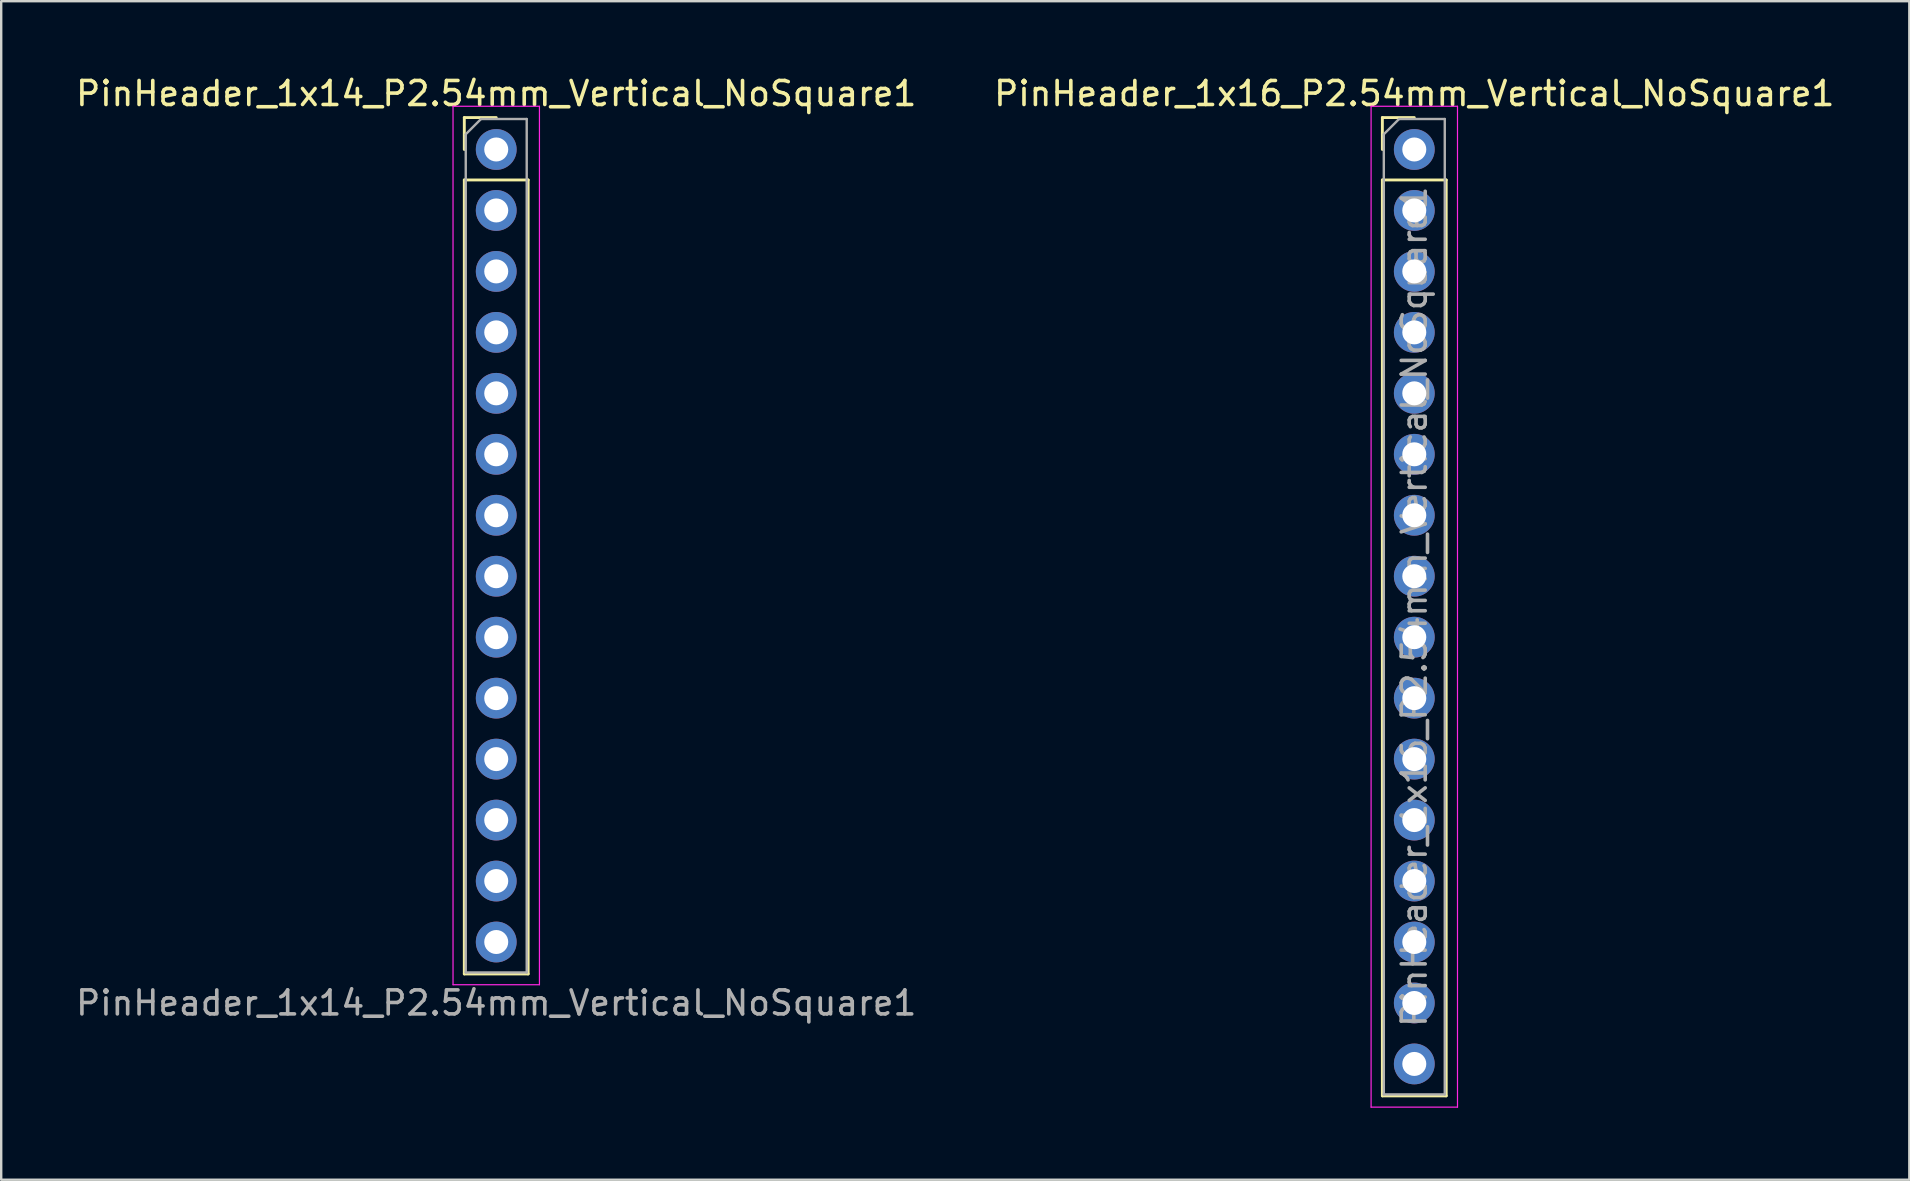
<source format=kicad_pcb>
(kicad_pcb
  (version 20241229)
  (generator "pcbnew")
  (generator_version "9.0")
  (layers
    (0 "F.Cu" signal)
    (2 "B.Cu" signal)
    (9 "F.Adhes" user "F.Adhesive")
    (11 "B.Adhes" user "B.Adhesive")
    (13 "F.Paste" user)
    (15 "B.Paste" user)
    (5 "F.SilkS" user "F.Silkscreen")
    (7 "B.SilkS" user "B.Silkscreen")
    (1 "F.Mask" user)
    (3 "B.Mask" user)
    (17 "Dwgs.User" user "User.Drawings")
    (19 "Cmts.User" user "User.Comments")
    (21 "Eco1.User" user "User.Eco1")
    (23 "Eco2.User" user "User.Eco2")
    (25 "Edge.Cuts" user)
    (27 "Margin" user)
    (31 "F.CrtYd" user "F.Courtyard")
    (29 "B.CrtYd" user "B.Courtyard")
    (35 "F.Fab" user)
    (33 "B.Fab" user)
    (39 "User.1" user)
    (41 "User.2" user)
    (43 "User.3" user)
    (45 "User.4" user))
  (footprint "PinHeader_1x14_P2.54mm_Vertical_NoSquare1"
    (layer "F.Cu")
    (at 17.625 3.178)
    (property "Reference" "PinHeader_1x14_P2.54mm_Vertical_NoSquare1" (at 0 -2.33 0) (layer "F.SilkS") (effects (font (size 1 1) (thickness 0.15))))
    (attr through_hole)
    (fp_line (start -1.33 -1.33) (end 0 -1.33) (stroke (width 0.12) (type solid)) (layer "F.SilkS"))
    (fp_line (start -1.33 0) (end -1.33 -1.33) (stroke (width 0.12) (type solid)) (layer "F.SilkS"))
    (fp_line (start -1.33 1.27) (end -1.33 34.35) (stroke (width 0.12) (type solid)) (layer "F.SilkS"))
    (fp_line (start -1.33 1.27) (end 1.33 1.27) (stroke (width 0.12) (type solid)) (layer "F.SilkS"))
    (fp_line (start -1.33 34.35) (end 1.33 34.35) (stroke (width 0.12) (type solid)) (layer "F.SilkS"))
    (fp_line (start 1.33 1.27) (end 1.33 34.35) (stroke (width 0.12) (type solid)) (layer "F.SilkS"))
    (fp_line (start -1.8 -1.8) (end -1.8 34.8) (stroke (width 0.05) (type solid)) (layer "F.CrtYd"))
    (fp_line (start -1.8 34.8) (end 1.8 34.8) (stroke (width 0.05) (type solid)) (layer "F.CrtYd"))
    (fp_line (start 1.8 -1.8) (end -1.8 -1.8) (stroke (width 0.05) (type solid)) (layer "F.CrtYd"))
    (fp_line (start 1.8 34.8) (end 1.8 -1.8) (stroke (width 0.05) (type solid)) (layer "F.CrtYd"))
    (fp_line (start -1.27 -0.635) (end -0.635 -1.27) (stroke (width 0.1) (type solid)) (layer "F.Fab"))
    (fp_line (start -1.27 34.29) (end -1.27 -0.635) (stroke (width 0.1) (type solid)) (layer "F.Fab"))
    (fp_line (start -0.635 -1.27) (end 1.27 -1.27) (stroke (width 0.1) (type solid)) (layer "F.Fab"))
    (fp_line (start 1.27 -1.27) (end 1.27 34.29) (stroke (width 0.1) (type solid)) (layer "F.Fab"))
    (fp_line (start 1.27 34.29) (end -1.27 34.29) (stroke (width 0.1) (type solid)) (layer "F.Fab"))
    (fp_text user "${REFERENCE}" (at 0 35.56 0) (layer "F.Fab") (effects (font (size 1 1) (thickness 0.15))))
    (pad "1" thru_hole oval (at 0 0) (size 1.7 1.7) (drill 1) (layers "*.Cu" "*.Mask"))
    (pad "2" thru_hole oval (at 0 2.54) (size 1.7 1.7) (drill 1) (layers "*.Cu" "*.Mask"))
    (pad "3" thru_hole oval (at 0 5.08) (size 1.7 1.7) (drill 1) (layers "*.Cu" "*.Mask"))
    (pad "4" thru_hole oval (at 0 7.62) (size 1.7 1.7) (drill 1) (layers "*.Cu" "*.Mask"))
    (pad "5" thru_hole oval (at 0 10.16) (size 1.7 1.7) (drill 1) (layers "*.Cu" "*.Mask"))
    (pad "6" thru_hole oval (at 0 12.7) (size 1.7 1.7) (drill 1) (layers "*.Cu" "*.Mask"))
    (pad "7" thru_hole oval (at 0 15.24) (size 1.7 1.7) (drill 1) (layers "*.Cu" "*.Mask"))
    (pad "8" thru_hole oval (at 0 17.78) (size 1.7 1.7) (drill 1) (layers "*.Cu" "*.Mask"))
    (pad "9" thru_hole oval (at 0 20.32) (size 1.7 1.7) (drill 1) (layers "*.Cu" "*.Mask"))
    (pad "10" thru_hole oval (at 0 22.86) (size 1.7 1.7) (drill 1) (layers "*.Cu" "*.Mask"))
    (pad "11" thru_hole oval (at 0 25.4) (size 1.7 1.7) (drill 1) (layers "*.Cu" "*.Mask"))
    (pad "12" thru_hole oval (at 0 27.94) (size 1.7 1.7) (drill 1) (layers "*.Cu" "*.Mask"))
    (pad "13" thru_hole oval (at 0 30.48) (size 1.7 1.7) (drill 1) (layers "*.Cu" "*.Mask"))
    (pad "14" thru_hole oval (at 0 33.02) (size 1.7 1.7) (drill 1) (layers "*.Cu" "*.Mask")))
  (footprint "PinHeader_1x16_P2.54mm_Vertical_NoSquare1"
    (layer "F.Cu")
    (at 55.875 3.178)
    (property "Reference" "PinHeader_1x16_P2.54mm_Vertical_NoSquare1" (at 0 -2.33 0) (layer "F.SilkS") (effects (font (size 1 1) (thickness 0.15))))
    (attr through_hole)
    (fp_line (start -1.33 -1.33) (end 0 -1.33) (stroke (width 0.12) (type solid)) (layer "F.SilkS"))
    (fp_line (start -1.33 0) (end -1.33 -1.33) (stroke (width 0.12) (type solid)) (layer "F.SilkS"))
    (fp_line (start -1.33 1.27) (end -1.33 39.43) (stroke (width 0.12) (type solid)) (layer "F.SilkS"))
    (fp_line (start -1.33 1.27) (end 1.33 1.27) (stroke (width 0.12) (type solid)) (layer "F.SilkS"))
    (fp_line (start -1.33 39.43) (end 1.33 39.43) (stroke (width 0.12) (type solid)) (layer "F.SilkS"))
    (fp_line (start 1.33 1.27) (end 1.33 39.43) (stroke (width 0.12) (type solid)) (layer "F.SilkS"))
    (fp_line (start -1.8 -1.8) (end -1.8 39.9) (stroke (width 0.05) (type solid)) (layer "F.CrtYd"))
    (fp_line (start -1.8 39.9) (end 1.8 39.9) (stroke (width 0.05) (type solid)) (layer "F.CrtYd"))
    (fp_line (start 1.8 -1.8) (end -1.8 -1.8) (stroke (width 0.05) (type solid)) (layer "F.CrtYd"))
    (fp_line (start 1.8 39.9) (end 1.8 -1.8) (stroke (width 0.05) (type solid)) (layer "F.CrtYd"))
    (fp_line (start -1.27 -0.635) (end -0.635 -1.27) (stroke (width 0.1) (type solid)) (layer "F.Fab"))
    (fp_line (start -1.27 39.37) (end -1.27 -0.635) (stroke (width 0.1) (type solid)) (layer "F.Fab"))
    (fp_line (start -0.635 -1.27) (end 1.27 -1.27) (stroke (width 0.1) (type solid)) (layer "F.Fab"))
    (fp_line (start 1.27 -1.27) (end 1.27 39.37) (stroke (width 0.1) (type solid)) (layer "F.Fab"))
    (fp_line (start 1.27 39.37) (end -1.27 39.37) (stroke (width 0.1) (type solid)) (layer "F.Fab"))
    (fp_text user "${REFERENCE}" (at 0 19.05 270) (layer "F.Fab") (effects (font (size 1 1) (thickness 0.15))))
    (pad "1" thru_hole oval (at 0 0) (size 1.7 1.7) (drill 1) (layers "*.Cu" "*.Mask"))
    (pad "2" thru_hole oval (at 0 2.54) (size 1.7 1.7) (drill 1) (layers "*.Cu" "*.Mask"))
    (pad "3" thru_hole oval (at 0 5.08) (size 1.7 1.7) (drill 1) (layers "*.Cu" "*.Mask"))
    (pad "4" thru_hole oval (at 0 7.62) (size 1.7 1.7) (drill 1) (layers "*.Cu" "*.Mask"))
    (pad "5" thru_hole oval (at 0 10.16) (size 1.7 1.7) (drill 1) (layers "*.Cu" "*.Mask"))
    (pad "6" thru_hole oval (at 0 12.7) (size 1.7 1.7) (drill 1) (layers "*.Cu" "*.Mask"))
    (pad "7" thru_hole oval (at 0 15.24) (size 1.7 1.7) (drill 1) (layers "*.Cu" "*.Mask"))
    (pad "8" thru_hole oval (at 0 17.78) (size 1.7 1.7) (drill 1) (layers "*.Cu" "*.Mask"))
    (pad "9" thru_hole oval (at 0 20.32) (size 1.7 1.7) (drill 1) (layers "*.Cu" "*.Mask"))
    (pad "10" thru_hole oval (at 0 22.86) (size 1.7 1.7) (drill 1) (layers "*.Cu" "*.Mask"))
    (pad "11" thru_hole oval (at 0 25.4) (size 1.7 1.7) (drill 1) (layers "*.Cu" "*.Mask"))
    (pad "12" thru_hole oval (at 0 27.94) (size 1.7 1.7) (drill 1) (layers "*.Cu" "*.Mask"))
    (pad "13" thru_hole oval (at 0 30.48) (size 1.7 1.7) (drill 1) (layers "*.Cu" "*.Mask"))
    (pad "14" thru_hole oval (at 0 33.02) (size 1.7 1.7) (drill 1) (layers "*.Cu" "*.Mask"))
    (pad "15" thru_hole oval (at 0 35.56) (size 1.7 1.7) (drill 1) (layers "*.Cu" "*.Mask"))
    (pad "16" thru_hole oval (at 0 38.1) (size 1.7 1.7) (drill 1) (layers "*.Cu" "*.Mask")))
  (gr_rect
    (start -3 -3)
    (end 76.5 46.103)
    (stroke (width 0.1) (type default))
    (fill no)
    (layer "Edge.Cuts")))
</source>
